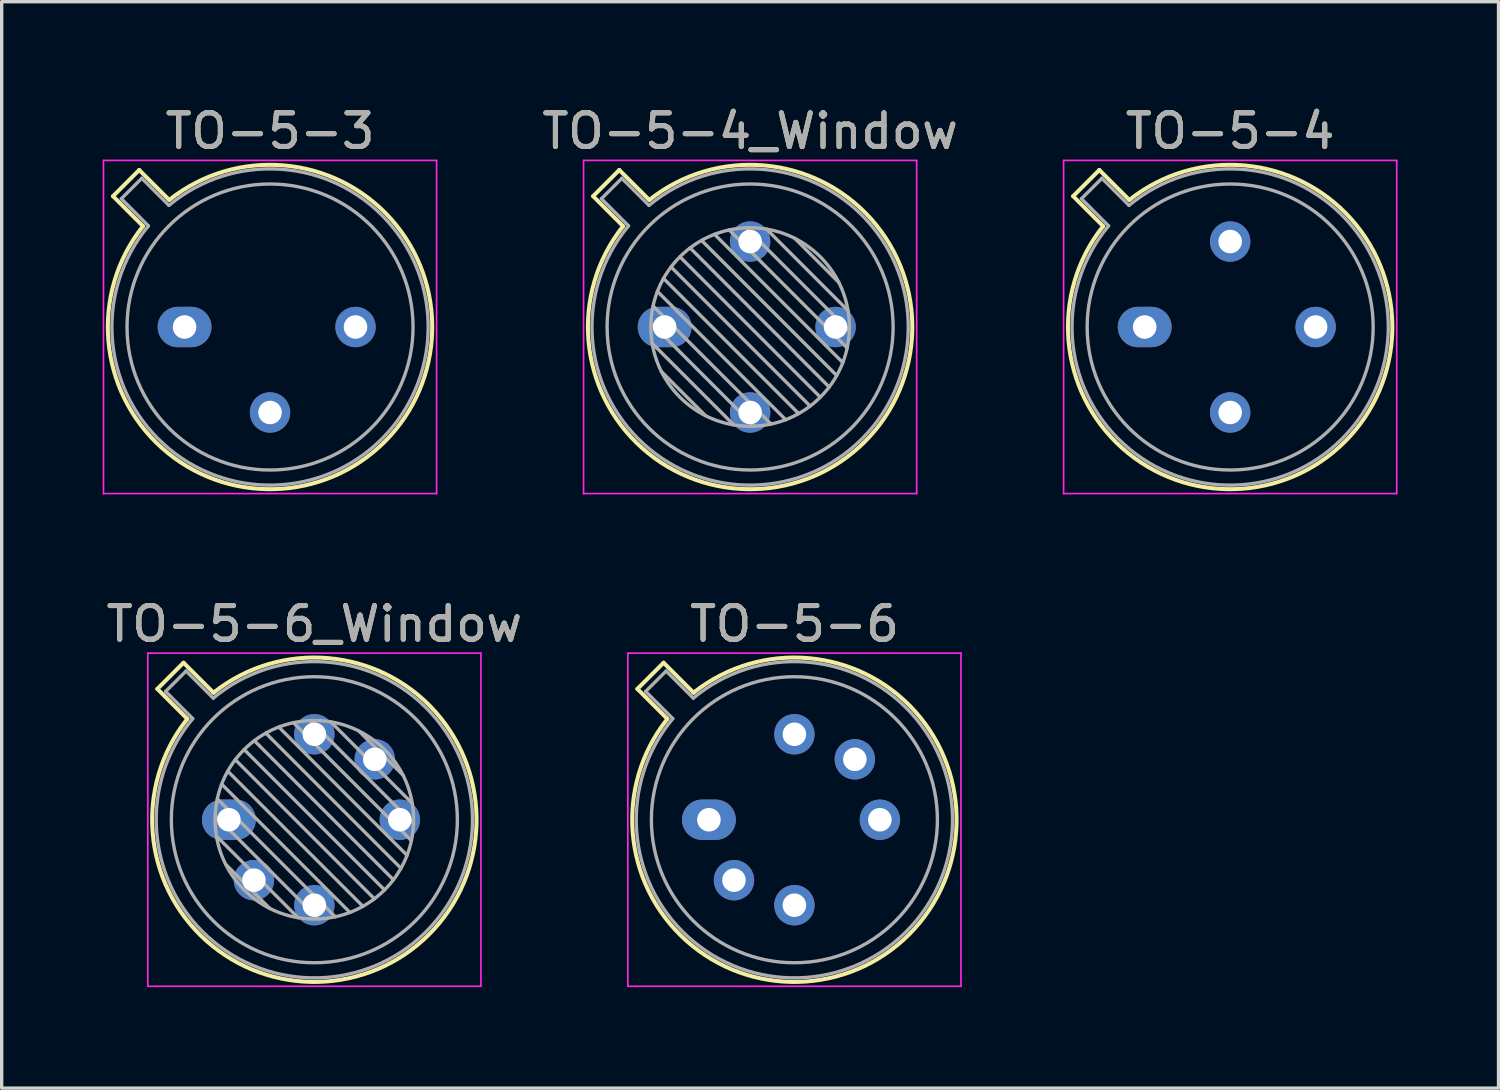
<source format=kicad_pcb>
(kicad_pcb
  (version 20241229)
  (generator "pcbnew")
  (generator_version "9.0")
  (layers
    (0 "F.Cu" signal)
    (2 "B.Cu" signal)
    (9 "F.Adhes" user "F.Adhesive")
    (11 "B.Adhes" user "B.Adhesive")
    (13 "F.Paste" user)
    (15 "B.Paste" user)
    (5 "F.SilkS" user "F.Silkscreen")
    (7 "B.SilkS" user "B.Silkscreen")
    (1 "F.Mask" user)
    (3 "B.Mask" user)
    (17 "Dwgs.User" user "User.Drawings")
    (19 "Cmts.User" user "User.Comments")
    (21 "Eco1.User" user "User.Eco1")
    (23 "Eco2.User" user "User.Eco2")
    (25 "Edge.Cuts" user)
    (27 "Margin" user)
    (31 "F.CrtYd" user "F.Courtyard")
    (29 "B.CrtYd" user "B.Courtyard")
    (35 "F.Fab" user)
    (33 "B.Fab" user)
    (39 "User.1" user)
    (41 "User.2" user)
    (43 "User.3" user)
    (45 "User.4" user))
  (footprint "TO-5-4"
    (layer "F.Cu")
    (at 30.968 6.668)
    (property "Reference" "TO-5-4" (at 2.54 -5.82 0) (layer "F.SilkS") (effects (font (size 1 1) (thickness 0.15))))
    (attr through_hole)
    (fp_line (start -2.126 -3.888) (end -1.235 -2.997) (stroke (width 0.12) (type solid)) (layer "F.SilkS"))
    (fp_line (start -1.348 -4.666) (end -2.126 -3.888) (stroke (width 0.12) (type solid)) (layer "F.SilkS"))
    (fp_line (start -0.457 -3.775) (end -1.348 -4.666) (stroke (width 0.12) (type solid)) (layer "F.SilkS"))
    (fp_arc (start -0.457084 -3.774902) (mid 5.948125 3.408384) (end -1.234674 -2.997371) (stroke (width 0.12) (type solid)) (layer "F.SilkS"))
    (fp_line (start -2.41 -4.95) (end -2.41 4.95) (stroke (width 0.05) (type solid)) (layer "F.CrtYd"))
    (fp_line (start -2.41 4.95) (end 7.49 4.95) (stroke (width 0.05) (type solid)) (layer "F.CrtYd"))
    (fp_line (start 7.49 -4.95) (end -2.41 -4.95) (stroke (width 0.05) (type solid)) (layer "F.CrtYd"))
    (fp_line (start 7.49 4.95) (end 7.49 -4.95) (stroke (width 0.05) (type solid)) (layer "F.CrtYd"))
    (fp_line (start -1.88 -3.812) (end -1.074 -3.005) (stroke (width 0.1) (type solid)) (layer "F.Fab"))
    (fp_line (start -1.272 -4.42) (end -1.88 -3.812) (stroke (width 0.1) (type solid)) (layer "F.Fab"))
    (fp_line (start -0.465 -3.614) (end -1.272 -4.42) (stroke (width 0.1) (type solid)) (layer "F.Fab"))
    (fp_arc (start -0.465408 -3.61352) (mid 5.863443 3.323361) (end -1.073594 -3.005319) (stroke (width 0.1) (type solid)) (layer "F.Fab"))
    (fp_circle (center 2.54 0) (end 6.79 0) (stroke (width 0.1) (type solid)) (fill no) (layer "F.Fab"))
    (fp_text user "${REFERENCE}" (at 2.54 -5.82 0) (layer "F.Fab") (effects (font (size 1 1) (thickness 0.15))))
    (pad "1" thru_hole oval (at 0 0) (size 1.6 1.2) (drill 0.7) (layers "*.Cu" "*.Mask"))
    (pad "2" thru_hole oval (at 2.54 2.54) (size 1.2 1.2) (drill 0.7) (layers "*.Cu" "*.Mask"))
    (pad "3" thru_hole oval (at 5.08 0) (size 1.2 1.2) (drill 0.7) (layers "*.Cu" "*.Mask"))
    (pad "4" thru_hole oval (at 2.54 -2.54) (size 1.2 1.2) (drill 0.7) (layers "*.Cu" "*.Mask")))
  (footprint "TO-5-4_Window"
    (layer "F.Cu")
    (at 16.702 6.668)
    (property "Reference" "TO-5-4_Window" (at 2.54 -5.82 0) (layer "F.SilkS") (effects (font (size 1 1) (thickness 0.15))))
    (attr through_hole)
    (fp_line (start -2.126 -3.888) (end -1.235 -2.997) (stroke (width 0.12) (type solid)) (layer "F.SilkS"))
    (fp_line (start -1.348 -4.666) (end -2.126 -3.888) (stroke (width 0.12) (type solid)) (layer "F.SilkS"))
    (fp_line (start -0.457 -3.775) (end -1.348 -4.666) (stroke (width 0.12) (type solid)) (layer "F.SilkS"))
    (fp_arc (start -0.457084 -3.774902) (mid 5.948125 3.408384) (end -1.234674 -2.997371) (stroke (width 0.12) (type solid)) (layer "F.SilkS"))
    (fp_line (start -2.41 -4.95) (end -2.41 4.95) (stroke (width 0.05) (type solid)) (layer "F.CrtYd"))
    (fp_line (start -2.41 4.95) (end 7.49 4.95) (stroke (width 0.05) (type solid)) (layer "F.CrtYd"))
    (fp_line (start 7.49 -4.95) (end -2.41 -4.95) (stroke (width 0.05) (type solid)) (layer "F.CrtYd"))
    (fp_line (start 7.49 4.95) (end 7.49 -4.95) (stroke (width 0.05) (type solid)) (layer "F.CrtYd"))
    (fp_line (start -1.88 -3.812) (end -1.074 -3.005) (stroke (width 0.1) (type solid)) (layer "F.Fab"))
    (fp_line (start -1.272 -4.42) (end -1.88 -3.812) (stroke (width 0.1) (type solid)) (layer "F.Fab"))
    (fp_line (start -0.465 -3.614) (end -1.272 -4.42) (stroke (width 0.1) (type solid)) (layer "F.Fab"))
    (fp_line (start -0.408 -0.12) (end 2.66 2.948) (stroke (width 0.1) (type solid)) (layer "F.Fab"))
    (fp_line (start -0.371 0.485) (end 2.055 2.911) (stroke (width 0.1) (type solid)) (layer "F.Fab"))
    (fp_line (start -0.344 -0.622) (end 3.162 2.884) (stroke (width 0.1) (type solid)) (layer "F.Fab"))
    (fp_line (start -0.215 -1.058) (end 3.598 2.755) (stroke (width 0.1) (type solid)) (layer "F.Fab"))
    (fp_line (start -0.097 1.324) (end 1.216 2.637) (stroke (width 0.1) (type solid)) (layer "F.Fab"))
    (fp_line (start -0.034 -1.443) (end 3.983 2.574) (stroke (width 0.1) (type solid)) (layer "F.Fab"))
    (fp_line (start 0.19 -1.784) (end 4.324 2.35) (stroke (width 0.1) (type solid)) (layer "F.Fab"))
    (fp_line (start 0.454 -2.086) (end 4.626 2.086) (stroke (width 0.1) (type solid)) (layer "F.Fab"))
    (fp_line (start 0.756 -2.35) (end 4.89 1.784) (stroke (width 0.1) (type solid)) (layer "F.Fab"))
    (fp_line (start 1.097 -2.574) (end 5.114 1.443) (stroke (width 0.1) (type solid)) (layer "F.Fab"))
    (fp_line (start 1.482 -2.755) (end 5.295 1.058) (stroke (width 0.1) (type solid)) (layer "F.Fab"))
    (fp_line (start 1.918 -2.884) (end 5.424 0.622) (stroke (width 0.1) (type solid)) (layer "F.Fab"))
    (fp_line (start 2.42 -2.948) (end 5.488 0.12) (stroke (width 0.1) (type solid)) (layer "F.Fab"))
    (fp_line (start 3.025 -2.911) (end 5.451 -0.485) (stroke (width 0.1) (type solid)) (layer "F.Fab"))
    (fp_line (start 3.864 -2.637) (end 5.177 -1.324) (stroke (width 0.1) (type solid)) (layer "F.Fab"))
    (fp_arc (start -0.465408 -3.61352) (mid 5.863443 3.323361) (end -1.073594 -3.005319) (stroke (width 0.1) (type solid)) (layer "F.Fab"))
    (fp_circle (center 2.54 0) (end 5.49 0) (stroke (width 0.1) (type solid)) (fill no) (layer "F.Fab"))
    (fp_circle (center 2.54 0) (end 6.79 0) (stroke (width 0.1) (type solid)) (fill no) (layer "F.Fab"))
    (fp_text user "${REFERENCE}" (at 2.54 -5.82 0) (layer "F.Fab") (effects (font (size 1 1) (thickness 0.15))))
    (pad "1" thru_hole oval (at 0 0) (size 1.6 1.2) (drill 0.7) (layers "*.Cu" "*.Mask"))
    (pad "2" thru_hole oval (at 2.54 2.54) (size 1.2 1.2) (drill 0.7) (layers "*.Cu" "*.Mask"))
    (pad "3" thru_hole oval (at 5.08 0) (size 1.2 1.2) (drill 0.7) (layers "*.Cu" "*.Mask"))
    (pad "4" thru_hole oval (at 2.54 -2.54) (size 1.2 1.2) (drill 0.7) (layers "*.Cu" "*.Mask")))
  (footprint "TO-5-6_Window"
    (layer "F.Cu")
    (at 3.752 21.311)
    (property "Reference" "TO-5-6_Window" (at 2.54 -5.82 0) (layer "F.SilkS") (effects (font (size 1 1) (thickness 0.15))))
    (attr through_hole)
    (fp_line (start -2.126 -3.888) (end -1.235 -2.997) (stroke (width 0.12) (type solid)) (layer "F.SilkS"))
    (fp_line (start -1.348 -4.666) (end -2.126 -3.888) (stroke (width 0.12) (type solid)) (layer "F.SilkS"))
    (fp_line (start -0.457 -3.775) (end -1.348 -4.666) (stroke (width 0.12) (type solid)) (layer "F.SilkS"))
    (fp_arc (start -0.457084 -3.774902) (mid 5.948125 3.408384) (end -1.234674 -2.997371) (stroke (width 0.12) (type solid)) (layer "F.SilkS"))
    (fp_line (start -2.41 -4.95) (end -2.41 4.95) (stroke (width 0.05) (type solid)) (layer "F.CrtYd"))
    (fp_line (start -2.41 4.95) (end 7.49 4.95) (stroke (width 0.05) (type solid)) (layer "F.CrtYd"))
    (fp_line (start 7.49 -4.95) (end -2.41 -4.95) (stroke (width 0.05) (type solid)) (layer "F.CrtYd"))
    (fp_line (start 7.49 4.95) (end 7.49 -4.95) (stroke (width 0.05) (type solid)) (layer "F.CrtYd"))
    (fp_line (start -1.88 -3.812) (end -1.074 -3.005) (stroke (width 0.1) (type solid)) (layer "F.Fab"))
    (fp_line (start -1.272 -4.42) (end -1.88 -3.812) (stroke (width 0.1) (type solid)) (layer "F.Fab"))
    (fp_line (start -0.465 -3.614) (end -1.272 -4.42) (stroke (width 0.1) (type solid)) (layer "F.Fab"))
    (fp_line (start -0.408 -0.12) (end 2.66 2.948) (stroke (width 0.1) (type solid)) (layer "F.Fab"))
    (fp_line (start -0.371 0.485) (end 2.055 2.911) (stroke (width 0.1) (type solid)) (layer "F.Fab"))
    (fp_line (start -0.344 -0.622) (end 3.162 2.884) (stroke (width 0.1) (type solid)) (layer "F.Fab"))
    (fp_line (start -0.215 -1.058) (end 3.598 2.755) (stroke (width 0.1) (type solid)) (layer "F.Fab"))
    (fp_line (start -0.097 1.324) (end 1.216 2.637) (stroke (width 0.1) (type solid)) (layer "F.Fab"))
    (fp_line (start -0.034 -1.443) (end 3.983 2.574) (stroke (width 0.1) (type solid)) (layer "F.Fab"))
    (fp_line (start 0.19 -1.784) (end 4.324 2.35) (stroke (width 0.1) (type solid)) (layer "F.Fab"))
    (fp_line (start 0.454 -2.086) (end 4.626 2.086) (stroke (width 0.1) (type solid)) (layer "F.Fab"))
    (fp_line (start 0.756 -2.35) (end 4.89 1.784) (stroke (width 0.1) (type solid)) (layer "F.Fab"))
    (fp_line (start 1.097 -2.574) (end 5.114 1.443) (stroke (width 0.1) (type solid)) (layer "F.Fab"))
    (fp_line (start 1.482 -2.755) (end 5.295 1.058) (stroke (width 0.1) (type solid)) (layer "F.Fab"))
    (fp_line (start 1.918 -2.884) (end 5.424 0.622) (stroke (width 0.1) (type solid)) (layer "F.Fab"))
    (fp_line (start 2.42 -2.948) (end 5.488 0.12) (stroke (width 0.1) (type solid)) (layer "F.Fab"))
    (fp_line (start 3.025 -2.911) (end 5.451 -0.485) (stroke (width 0.1) (type solid)) (layer "F.Fab"))
    (fp_line (start 3.864 -2.637) (end 5.177 -1.324) (stroke (width 0.1) (type solid)) (layer "F.Fab"))
    (fp_arc (start -0.465408 -3.61352) (mid 5.863443 3.323361) (end -1.073594 -3.005319) (stroke (width 0.1) (type solid)) (layer "F.Fab"))
    (fp_circle (center 2.54 0) (end 5.49 0) (stroke (width 0.1) (type solid)) (fill no) (layer "F.Fab"))
    (fp_circle (center 2.54 0) (end 6.79 0) (stroke (width 0.1) (type solid)) (fill no) (layer "F.Fab"))
    (fp_text user "${REFERENCE}" (at 2.54 -5.82 0) (layer "F.Fab") (effects (font (size 1 1) (thickness 0.15))))
    (pad "1" thru_hole oval (at 0 0) (size 1.6 1.2) (drill 0.7) (layers "*.Cu" "*.Mask"))
    (pad "2" thru_hole oval (at 0.744 1.796) (size 1.2 1.2) (drill 0.7) (layers "*.Cu" "*.Mask"))
    (pad "3" thru_hole oval (at 2.54 2.54) (size 1.2 1.2) (drill 0.7) (layers "*.Cu" "*.Mask"))
    (pad "4" thru_hole oval (at 5.08 0) (size 1.2 1.2) (drill 0.7) (layers "*.Cu" "*.Mask"))
    (pad "5" thru_hole oval (at 4.336 -1.796) (size 1.2 1.2) (drill 0.7) (layers "*.Cu" "*.Mask"))
    (pad "6" thru_hole oval (at 2.54 -2.54) (size 1.2 1.2) (drill 0.7) (layers "*.Cu" "*.Mask")))
  (footprint "TO-5-3"
    (layer "F.Cu")
    (at 2.435 6.668)
    (property "Reference" "TO-5-3" (at 2.54 -5.82 0) (layer "F.SilkS") (effects (font (size 1 1) (thickness 0.15))))
    (attr through_hole)
    (fp_line (start -2.126 -3.888) (end -1.235 -2.997) (stroke (width 0.12) (type solid)) (layer "F.SilkS"))
    (fp_line (start -1.348 -4.666) (end -2.126 -3.888) (stroke (width 0.12) (type solid)) (layer "F.SilkS"))
    (fp_line (start -0.457 -3.775) (end -1.348 -4.666) (stroke (width 0.12) (type solid)) (layer "F.SilkS"))
    (fp_arc (start -0.457084 -3.774902) (mid 5.948125 3.408384) (end -1.234674 -2.997371) (stroke (width 0.12) (type solid)) (layer "F.SilkS"))
    (fp_line (start -2.41 -4.95) (end -2.41 4.95) (stroke (width 0.05) (type solid)) (layer "F.CrtYd"))
    (fp_line (start -2.41 4.95) (end 7.49 4.95) (stroke (width 0.05) (type solid)) (layer "F.CrtYd"))
    (fp_line (start 7.49 -4.95) (end -2.41 -4.95) (stroke (width 0.05) (type solid)) (layer "F.CrtYd"))
    (fp_line (start 7.49 4.95) (end 7.49 -4.95) (stroke (width 0.05) (type solid)) (layer "F.CrtYd"))
    (fp_line (start -1.88 -3.812) (end -1.074 -3.005) (stroke (width 0.1) (type solid)) (layer "F.Fab"))
    (fp_line (start -1.272 -4.42) (end -1.88 -3.812) (stroke (width 0.1) (type solid)) (layer "F.Fab"))
    (fp_line (start -0.465 -3.614) (end -1.272 -4.42) (stroke (width 0.1) (type solid)) (layer "F.Fab"))
    (fp_arc (start -0.465408 -3.61352) (mid 5.863443 3.323361) (end -1.073594 -3.005319) (stroke (width 0.1) (type solid)) (layer "F.Fab"))
    (fp_circle (center 2.54 0) (end 6.79 0) (stroke (width 0.1) (type solid)) (fill no) (layer "F.Fab"))
    (fp_text user "${REFERENCE}" (at 2.54 -5.82 0) (layer "F.Fab") (effects (font (size 1 1) (thickness 0.15))))
    (pad "1" thru_hole oval (at 0 0) (size 1.6 1.2) (drill 0.7) (layers "*.Cu" "*.Mask"))
    (pad "2" thru_hole oval (at 2.54 2.54) (size 1.2 1.2) (drill 0.7) (layers "*.Cu" "*.Mask"))
    (pad "3" thru_hole oval (at 5.08 0) (size 1.2 1.2) (drill 0.7) (layers "*.Cu" "*.Mask")))
  (footprint "TO-5-6"
    (layer "F.Cu")
    (at 18.018 21.311)
    (property "Reference" "TO-5-6" (at 2.54 -5.82 0) (layer "F.SilkS") (effects (font (size 1 1) (thickness 0.15))))
    (attr through_hole)
    (fp_line (start -2.126 -3.888) (end -1.235 -2.997) (stroke (width 0.12) (type solid)) (layer "F.SilkS"))
    (fp_line (start -1.348 -4.666) (end -2.126 -3.888) (stroke (width 0.12) (type solid)) (layer "F.SilkS"))
    (fp_line (start -0.457 -3.775) (end -1.348 -4.666) (stroke (width 0.12) (type solid)) (layer "F.SilkS"))
    (fp_arc (start -0.457084 -3.774902) (mid 5.948125 3.408384) (end -1.234674 -2.997371) (stroke (width 0.12) (type solid)) (layer "F.SilkS"))
    (fp_line (start -2.41 -4.95) (end -2.41 4.95) (stroke (width 0.05) (type solid)) (layer "F.CrtYd"))
    (fp_line (start -2.41 4.95) (end 7.49 4.95) (stroke (width 0.05) (type solid)) (layer "F.CrtYd"))
    (fp_line (start 7.49 -4.95) (end -2.41 -4.95) (stroke (width 0.05) (type solid)) (layer "F.CrtYd"))
    (fp_line (start 7.49 4.95) (end 7.49 -4.95) (stroke (width 0.05) (type solid)) (layer "F.CrtYd"))
    (fp_line (start -1.88 -3.812) (end -1.074 -3.005) (stroke (width 0.1) (type solid)) (layer "F.Fab"))
    (fp_line (start -1.272 -4.42) (end -1.88 -3.812) (stroke (width 0.1) (type solid)) (layer "F.Fab"))
    (fp_line (start -0.465 -3.614) (end -1.272 -4.42) (stroke (width 0.1) (type solid)) (layer "F.Fab"))
    (fp_arc (start -0.465408 -3.61352) (mid 5.863443 3.323361) (end -1.073594 -3.005319) (stroke (width 0.1) (type solid)) (layer "F.Fab"))
    (fp_circle (center 2.54 0) (end 6.79 0) (stroke (width 0.1) (type solid)) (fill no) (layer "F.Fab"))
    (fp_text user "${REFERENCE}" (at 2.54 -5.82 0) (layer "F.Fab") (effects (font (size 1 1) (thickness 0.15))))
    (pad "1" thru_hole oval (at 0 0) (size 1.6 1.2) (drill 0.7) (layers "*.Cu" "*.Mask"))
    (pad "2" thru_hole oval (at 0.744 1.796) (size 1.2 1.2) (drill 0.7) (layers "*.Cu" "*.Mask"))
    (pad "3" thru_hole oval (at 2.54 2.54) (size 1.2 1.2) (drill 0.7) (layers "*.Cu" "*.Mask"))
    (pad "4" thru_hole oval (at 5.08 0) (size 1.2 1.2) (drill 0.7) (layers "*.Cu" "*.Mask"))
    (pad "5" thru_hole oval (at 4.336 -1.796) (size 1.2 1.2) (drill 0.7) (layers "*.Cu" "*.Mask"))
    (pad "6" thru_hole oval (at 2.54 -2.54) (size 1.2 1.2) (drill 0.7) (layers "*.Cu" "*.Mask")))
  (gr_rect
    (start -3 -3)
    (end 41.483 29.287)
    (stroke (width 0.1) (type default))
    (fill no)
    (layer "Edge.Cuts")))
</source>
